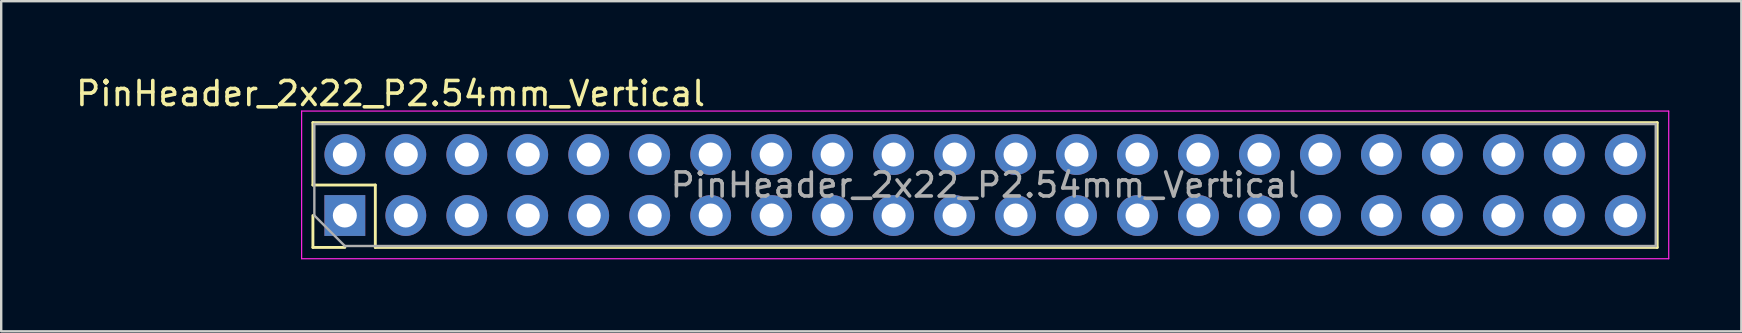
<source format=kicad_pcb>
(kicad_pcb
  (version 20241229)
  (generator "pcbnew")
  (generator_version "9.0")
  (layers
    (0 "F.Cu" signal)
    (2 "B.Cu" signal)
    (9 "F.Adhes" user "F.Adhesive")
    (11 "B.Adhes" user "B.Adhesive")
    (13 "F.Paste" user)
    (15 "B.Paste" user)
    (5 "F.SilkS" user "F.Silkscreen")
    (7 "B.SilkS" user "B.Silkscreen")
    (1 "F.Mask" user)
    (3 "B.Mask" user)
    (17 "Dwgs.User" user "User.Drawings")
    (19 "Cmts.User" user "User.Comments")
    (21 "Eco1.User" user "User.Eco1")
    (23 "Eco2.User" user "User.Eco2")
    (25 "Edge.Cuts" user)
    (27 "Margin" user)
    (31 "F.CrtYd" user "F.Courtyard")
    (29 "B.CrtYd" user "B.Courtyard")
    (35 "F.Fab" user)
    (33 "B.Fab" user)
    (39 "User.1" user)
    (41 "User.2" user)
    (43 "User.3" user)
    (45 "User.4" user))
  (footprint "PinHeader_2x22_P2.54mm_Vertical"
    (layer "F.Cu")
    (at 37.985 4.658)
    (property "Reference" "PinHeader_2x22_P2.54mm_Vertical" (at -24.765 -3.81 0) (layer "F.SilkS") (effects (font (size 1 1) (thickness 0.15))))
    (attr through_hole)
    (fp_line (start -28 -2.6) (end 28 -2.6) (stroke (width 0.12) (type solid)) (layer "F.SilkS"))
    (fp_line (start -28 0) (end -28 -2.6) (stroke (width 0.12) (type solid)) (layer "F.SilkS"))
    (fp_line (start -28 2.6) (end -28 1.27) (stroke (width 0.12) (type solid)) (layer "F.SilkS"))
    (fp_line (start -26.67 2.6) (end -28 2.6) (stroke (width 0.12) (type solid)) (layer "F.SilkS"))
    (fp_line (start -25.4 0) (end -28 0) (stroke (width 0.12) (type solid)) (layer "F.SilkS"))
    (fp_line (start -25.4 2.6) (end -25.4 0) (stroke (width 0.12) (type solid)) (layer "F.SilkS"))
    (fp_line (start -25.4 2.6) (end 28 2.6) (stroke (width 0.12) (type solid)) (layer "F.SilkS"))
    (fp_line (start 28 2.6) (end 28 -2.6) (stroke (width 0.12) (type solid)) (layer "F.SilkS"))
    (fp_line (start -28.47 -3.08) (end -28.47 3.07) (stroke (width 0.05) (type solid)) (layer "F.CrtYd"))
    (fp_line (start -28.47 3.07) (end 28.48 3.07) (stroke (width 0.05) (type solid)) (layer "F.CrtYd"))
    (fp_line (start 28.48 -3.08) (end -28.47 -3.08) (stroke (width 0.05) (type solid)) (layer "F.CrtYd"))
    (fp_line (start 28.48 3.07) (end 28.48 -3.08) (stroke (width 0.05) (type solid)) (layer "F.CrtYd"))
    (fp_line (start -27.94 -2.54) (end 27.94 -2.54) (stroke (width 0.1) (type solid)) (layer "F.Fab"))
    (fp_line (start -27.94 1.27) (end -27.94 -2.54) (stroke (width 0.1) (type solid)) (layer "F.Fab"))
    (fp_line (start -26.67 2.54) (end -27.94 1.27) (stroke (width 0.1) (type solid)) (layer "F.Fab"))
    (fp_line (start 27.94 -2.54) (end 27.94 2.54) (stroke (width 0.1) (type solid)) (layer "F.Fab"))
    (fp_line (start 27.94 2.54) (end -26.67 2.54) (stroke (width 0.1) (type solid)) (layer "F.Fab"))
    (fp_text user "${REFERENCE}" (at 0 0 180) (layer "F.Fab") (effects (font (size 1 1) (thickness 0.15))))
    (pad "a1" thru_hole oval (at -26.67 -1.27 90) (size 1.7 1.7) (drill 1) (layers "*.Cu" "*.Mask"))
    (pad "a2" thru_hole oval (at -24.13 -1.27 90) (size 1.7 1.7) (drill 1) (layers "*.Cu" "*.Mask"))
    (pad "a3" thru_hole oval (at -21.59 -1.27 90) (size 1.7 1.7) (drill 1) (layers "*.Cu" "*.Mask"))
    (pad "a4" thru_hole oval (at -19.05 -1.27 90) (size 1.7 1.7) (drill 1) (layers "*.Cu" "*.Mask"))
    (pad "a5" thru_hole oval (at -16.51 -1.27 90) (size 1.7 1.7) (drill 1) (layers "*.Cu" "*.Mask"))
    (pad "a6" thru_hole oval (at -13.97 -1.27 90) (size 1.7 1.7) (drill 1) (layers "*.Cu" "*.Mask"))
    (pad "a7" thru_hole oval (at -11.43 -1.27 90) (size 1.7 1.7) (drill 1) (layers "*.Cu" "*.Mask"))
    (pad "a8" thru_hole oval (at -8.89 -1.27 90) (size 1.7 1.7) (drill 1) (layers "*.Cu" "*.Mask"))
    (pad "a9" thru_hole oval (at -6.35 -1.27 90) (size 1.7 1.7) (drill 1) (layers "*.Cu" "*.Mask"))
    (pad "a10" thru_hole oval (at -3.81 -1.27 90) (size 1.7 1.7) (drill 1) (layers "*.Cu" "*.Mask"))
    (pad "a11" thru_hole oval (at -1.27 -1.27 90) (size 1.7 1.7) (drill 1) (layers "*.Cu" "*.Mask"))
    (pad "a12" thru_hole oval (at 1.27 -1.27 90) (size 1.7 1.7) (drill 1) (layers "*.Cu" "*.Mask"))
    (pad "a13" thru_hole oval (at 3.81 -1.27 90) (size 1.7 1.7) (drill 1) (layers "*.Cu" "*.Mask"))
    (pad "a14" thru_hole oval (at 6.35 -1.27 90) (size 1.7 1.7) (drill 1) (layers "*.Cu" "*.Mask"))
    (pad "a15" thru_hole oval (at 8.89 -1.27 90) (size 1.7 1.7) (drill 1) (layers "*.Cu" "*.Mask"))
    (pad "a16" thru_hole oval (at 11.43 -1.27 90) (size 1.7 1.7) (drill 1) (layers "*.Cu" "*.Mask"))
    (pad "a17" thru_hole oval (at 13.97 -1.27 90) (size 1.7 1.7) (drill 1) (layers "*.Cu" "*.Mask"))
    (pad "a18" thru_hole oval (at 16.51 -1.27 90) (size 1.7 1.7) (drill 1) (layers "*.Cu" "*.Mask"))
    (pad "a19" thru_hole oval (at 19.05 -1.27 90) (size 1.7 1.7) (drill 1) (layers "*.Cu" "*.Mask"))
    (pad "a20" thru_hole oval (at 21.59 -1.27 90) (size 1.7 1.7) (drill 1) (layers "*.Cu" "*.Mask"))
    (pad "a21" thru_hole oval (at 24.13 -1.27 90) (size 1.7 1.7) (drill 1) (layers "*.Cu" "*.Mask"))
    (pad "a22" thru_hole oval (at 26.67 -1.27 90) (size 1.7 1.7) (drill 1) (layers "*.Cu" "*.Mask"))
    (pad "b1" thru_hole rect (at -26.67 1.27 90) (size 1.7 1.7) (drill 1) (layers "*.Cu" "*.Mask"))
    (pad "b2" thru_hole oval (at -24.13 1.27 90) (size 1.7 1.7) (drill 1) (layers "*.Cu" "*.Mask"))
    (pad "b3" thru_hole oval (at -21.59 1.27 90) (size 1.7 1.7) (drill 1) (layers "*.Cu" "*.Mask"))
    (pad "b4" thru_hole oval (at -19.05 1.27 90) (size 1.7 1.7) (drill 1) (layers "*.Cu" "*.Mask"))
    (pad "b5" thru_hole oval (at -16.51 1.27 90) (size 1.7 1.7) (drill 1) (layers "*.Cu" "*.Mask"))
    (pad "b6" thru_hole oval (at -13.97 1.27 90) (size 1.7 1.7) (drill 1) (layers "*.Cu" "*.Mask"))
    (pad "b7" thru_hole oval (at -11.43 1.27 90) (size 1.7 1.7) (drill 1) (layers "*.Cu" "*.Mask"))
    (pad "b8" thru_hole oval (at -8.89 1.27 90) (size 1.7 1.7) (drill 1) (layers "*.Cu" "*.Mask"))
    (pad "b9" thru_hole oval (at -6.35 1.27 90) (size 1.7 1.7) (drill 1) (layers "*.Cu" "*.Mask"))
    (pad "b10" thru_hole oval (at -3.81 1.27 90) (size 1.7 1.7) (drill 1) (layers "*.Cu" "*.Mask"))
    (pad "b11" thru_hole oval (at -1.27 1.27 90) (size 1.7 1.7) (drill 1) (layers "*.Cu" "*.Mask"))
    (pad "b12" thru_hole oval (at 1.27 1.27 90) (size 1.7 1.7) (drill 1) (layers "*.Cu" "*.Mask"))
    (pad "b13" thru_hole oval (at 3.81 1.27 90) (size 1.7 1.7) (drill 1) (layers "*.Cu" "*.Mask"))
    (pad "b14" thru_hole oval (at 6.35 1.27 90) (size 1.7 1.7) (drill 1) (layers "*.Cu" "*.Mask"))
    (pad "b15" thru_hole oval (at 8.89 1.27 90) (size 1.7 1.7) (drill 1) (layers "*.Cu" "*.Mask"))
    (pad "b16" thru_hole oval (at 11.43 1.27 90) (size 1.7 1.7) (drill 1) (layers "*.Cu" "*.Mask"))
    (pad "b17" thru_hole oval (at 13.97 1.27 90) (size 1.7 1.7) (drill 1) (layers "*.Cu" "*.Mask"))
    (pad "b18" thru_hole oval (at 16.51 1.27 90) (size 1.7 1.7) (drill 1) (layers "*.Cu" "*.Mask"))
    (pad "b19" thru_hole oval (at 19.05 1.27 90) (size 1.7 1.7) (drill 1) (layers "*.Cu" "*.Mask"))
    (pad "b20" thru_hole oval (at 21.59 1.27 90) (size 1.7 1.7) (drill 1) (layers "*.Cu" "*.Mask"))
    (pad "b21" thru_hole oval (at 24.13 1.27 90) (size 1.7 1.7) (drill 1) (layers "*.Cu" "*.Mask"))
    (pad "b22" thru_hole oval (at 26.67 1.27 90) (size 1.7 1.7) (drill 1) (layers "*.Cu" "*.Mask")))
  (gr_rect
    (start -3 -3)
    (end 69.49 10.753)
    (stroke (width 0.1) (type default))
    (fill no)
    (layer "Edge.Cuts")))
</source>
